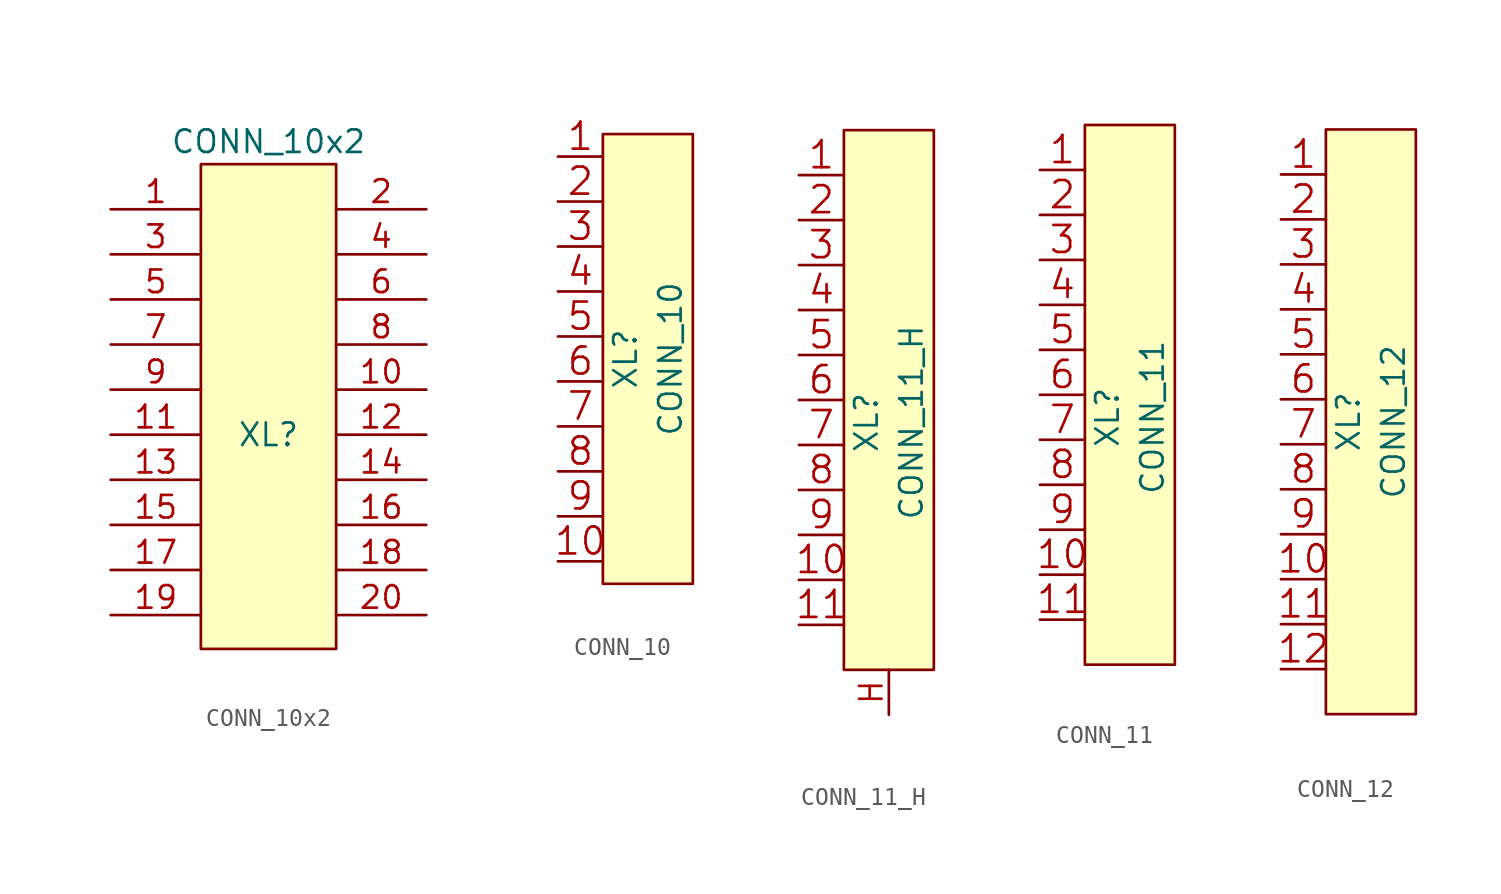
<source format=kicad_sym>
(kicad_symbol_lib
  (version 20201005)
  (generator kicad_symbol_editor)
  (symbol "Connectors_kl:CONN_10x2"
    (pin_names
      (offset 1.016))
    (property "Reference" "XL"
      (at 0 -1.27 0)
      (effects (font (size 1.27 1.27))))
    (property "Value" "CONN_10x2"
      (at 0 15.24 0)
      (effects (font (size 1.27 1.27))))
    (symbol "CONN_10x2_0_0"
      (pin passive line (at 8.89 1.27 180) (length 5.08) (name "~" (effects (font (size 1.27 1.27)))) (number "10" (effects (font (size 1.27 1.27)))))
      (pin passive line (at -8.89 -1.27 0) (length 5.08) (name "~" (effects (font (size 1.27 1.27)))) (number "11" (effects (font (size 1.27 1.27)))))
      (pin passive line (at 8.89 -1.27 180) (length 5.08) (name "~" (effects (font (size 1.27 1.27)))) (number "12" (effects (font (size 1.27 1.27)))))
      (pin passive line (at -8.89 -3.81 0) (length 5.08) (name "~" (effects (font (size 1.27 1.27)))) (number "13" (effects (font (size 1.27 1.27)))))
      (pin passive line (at 8.89 -3.81 180) (length 5.08) (name "~" (effects (font (size 1.27 1.27)))) (number "14" (effects (font (size 1.27 1.27)))))
      (pin passive line (at -8.89 -6.35 0) (length 5.08) (name "~" (effects (font (size 1.27 1.27)))) (number "15" (effects (font (size 1.27 1.27)))))
      (pin passive line (at 8.89 -6.35 180) (length 5.08) (name "~" (effects (font (size 1.27 1.27)))) (number "16" (effects (font (size 1.27 1.27)))))
      (pin passive line (at 8.89 11.43 180) (length 5.08) (name "~" (effects (font (size 1.27 1.27)))) (number "2" (effects (font (size 1.27 1.27)))))
      (pin passive line (at -8.89 8.89 0) (length 5.08) (name "~" (effects (font (size 1.27 1.27)))) (number "3" (effects (font (size 1.27 1.27)))))
      (pin passive line (at 8.89 8.89 180) (length 5.08) (name "~" (effects (font (size 1.27 1.27)))) (number "4" (effects (font (size 1.27 1.27)))))
      (pin passive line (at -8.89 6.35 0) (length 5.08) (name "~" (effects (font (size 1.27 1.27)))) (number "5" (effects (font (size 1.27 1.27)))))
      (pin passive line (at 8.89 6.35 180) (length 5.08) (name "~" (effects (font (size 1.27 1.27)))) (number "6" (effects (font (size 1.27 1.27)))))
      (pin passive line (at -8.89 3.81 0) (length 5.08) (name "~" (effects (font (size 1.27 1.27)))) (number "7" (effects (font (size 1.27 1.27)))))
      (pin passive line (at 8.89 3.81 180) (length 5.08) (name "~" (effects (font (size 1.27 1.27)))) (number "8" (effects (font (size 1.27 1.27)))))
      (pin passive line (at -8.89 1.27 0) (length 5.08) (name "~" (effects (font (size 1.27 1.27)))) (number "9" (effects (font (size 1.27 1.27))))))
    (symbol "CONN_10x2_0_1"
      (rectangle (start -3.81 13.97) (end 3.81 -13.335) (stroke (width 0)) (fill (type background)))
      (pin passive line (at -8.89 -8.89 0) (length 5.08) (name "~" (effects (font (size 1.27 1.27)))) (number "17" (effects (font (size 1.27 1.27)))))
      (pin passive line (at 8.89 -8.89 180) (length 5.08) (name "~" (effects (font (size 1.27 1.27)))) (number "18" (effects (font (size 1.27 1.27)))))
      (pin passive line (at -8.89 -11.43 0) (length 5.08) (name "~" (effects (font (size 1.27 1.27)))) (number "19" (effects (font (size 1.27 1.27)))))
      (pin passive line (at 8.89 -11.43 180) (length 5.08) (name "~" (effects (font (size 1.27 1.27)))) (number "20" (effects (font (size 1.27 1.27))))))
    (symbol "CONN_10x2_1_1"
      (pin passive line (at -8.89 11.43 0) (length 5.08) (name "~" (effects (font (size 1.27 1.27)))) (number "1" (effects (font (size 1.27 1.27)))))))
  (symbol "Connectors_kl:CONN_10"
    (pin_names
      (offset 1.016))
    (property "Reference" "XL"
      (at -1.27 0 90)
      (effects (font (size 1.27 1.27))))
    (property "Value" "CONN_10"
      (at 1.27 0 90)
      (effects (font (size 1.27 1.27))))
    (property "Footprint" ""
      (at 0 0 0)
      (effects (font (size 1.524 1.524))))
    (property "Datasheet" ""
      (at 0 0 0)
      (effects (font (size 1.524 1.524))))
    (symbol "CONN_10_0_1"
      (rectangle (start -2.54 -12.7) (end 2.54 12.7) (stroke (width 0)) (fill (type background))))
    (symbol "CONN_10_1_1"
      (pin passive line (at -5.08 11.43 0) (length 2.54) (name "~" (effects (font (size 1.524 1.524)))) (number "1" (effects (font (size 1.524 1.524)))))
      (pin passive line (at -5.08 -11.43 0) (length 2.54) (name "~" (effects (font (size 1.524 1.524)))) (number "10" (effects (font (size 1.524 1.524)))))
      (pin passive line (at -5.08 8.89 0) (length 2.54) (name "~" (effects (font (size 1.524 1.524)))) (number "2" (effects (font (size 1.524 1.524)))))
      (pin passive line (at -5.08 6.35 0) (length 2.54) (name "~" (effects (font (size 1.524 1.524)))) (number "3" (effects (font (size 1.524 1.524)))))
      (pin passive line (at -5.08 3.81 0) (length 2.54) (name "~" (effects (font (size 1.524 1.524)))) (number "4" (effects (font (size 1.524 1.524)))))
      (pin passive line (at -5.08 1.27 0) (length 2.54) (name "~" (effects (font (size 1.524 1.524)))) (number "5" (effects (font (size 1.524 1.524)))))
      (pin passive line (at -5.08 -1.27 0) (length 2.54) (name "~" (effects (font (size 1.524 1.524)))) (number "6" (effects (font (size 1.524 1.524)))))
      (pin passive line (at -5.08 -3.81 0) (length 2.54) (name "~" (effects (font (size 1.524 1.524)))) (number "7" (effects (font (size 1.524 1.524)))))
      (pin passive line (at -5.08 -6.35 0) (length 2.54) (name "~" (effects (font (size 1.524 1.524)))) (number "8" (effects (font (size 1.524 1.524)))))
      (pin passive line (at -5.08 -8.89 0) (length 2.54) (name "~" (effects (font (size 1.524 1.524)))) (number "9" (effects (font (size 1.524 1.524)))))))
  (symbol "Connectors_kl:CONN_11_H"
    (pin_names
      (offset 1.016))
    (property "Reference" "XL"
      (at -1.27 -1.27 90)
      (effects (font (size 1.27 1.27))))
    (property "Value" "CONN_11_H"
      (at 1.27 -1.27 90)
      (effects (font (size 1.27 1.27))))
    (property "Footprint" ""
      (at 0 -1.27 0)
      (effects (font (size 1.524 1.524))))
    (property "Datasheet" ""
      (at 0 -1.27 0)
      (effects (font (size 1.524 1.524))))
    (symbol "CONN_11_H_0_1"
      (rectangle (start -2.54 15.24) (end 2.54 -15.24) (stroke (width 0)) (fill (type background))))
    (symbol "CONN_11_H_1_1"
      (pin passive line (at -5.08 12.7 0) (length 2.54) (name "~" (effects (font (size 1.524 1.524)))) (number "1" (effects (font (size 1.524 1.524)))))
      (pin passive line (at -5.08 -10.16 0) (length 2.54) (name "~" (effects (font (size 1.524 1.524)))) (number "10" (effects (font (size 1.524 1.524)))))
      (pin passive line (at -5.08 -12.7 0) (length 2.54) (name "~" (effects (font (size 1.524 1.524)))) (number "11" (effects (font (size 1.524 1.524)))))
      (pin passive line (at -5.08 10.16 0) (length 2.54) (name "~" (effects (font (size 1.524 1.524)))) (number "2" (effects (font (size 1.524 1.524)))))
      (pin passive line (at -5.08 7.62 0) (length 2.54) (name "~" (effects (font (size 1.524 1.524)))) (number "3" (effects (font (size 1.524 1.524)))))
      (pin passive line (at -5.08 5.08 0) (length 2.54) (name "~" (effects (font (size 1.524 1.524)))) (number "4" (effects (font (size 1.524 1.524)))))
      (pin passive line (at -5.08 2.54 0) (length 2.54) (name "~" (effects (font (size 1.524 1.524)))) (number "5" (effects (font (size 1.524 1.524)))))
      (pin passive line (at -5.08 0 0) (length 2.54) (name "~" (effects (font (size 1.524 1.524)))) (number "6" (effects (font (size 1.524 1.524)))))
      (pin passive line (at -5.08 -2.54 0) (length 2.54) (name "~" (effects (font (size 1.524 1.524)))) (number "7" (effects (font (size 1.524 1.524)))))
      (pin passive line (at -5.08 -5.08 0) (length 2.54) (name "~" (effects (font (size 1.524 1.524)))) (number "8" (effects (font (size 1.524 1.524)))))
      (pin passive line (at -5.08 -7.62 0) (length 2.54) (name "~" (effects (font (size 1.524 1.524)))) (number "9" (effects (font (size 1.524 1.524)))))
      (pin passive line (at 0 -17.78 90) (length 2.54) (name "~" (effects (font (size 1.27 1.27)))) (number "H" (effects (font (size 1.27 1.27)))))))
  (symbol "Connectors_kl:CONN_11"
    (pin_names
      (offset 1.016))
    (property "Reference" "XL"
      (at -1.27 -1.27 90)
      (effects (font (size 1.27 1.27))))
    (property "Value" "CONN_11"
      (at 1.27 -1.27 90)
      (effects (font (size 1.27 1.27))))
    (property "Footprint" ""
      (at 0 -1.27 0)
      (effects (font (size 1.524 1.524))))
    (property "Datasheet" ""
      (at 0 -1.27 0)
      (effects (font (size 1.524 1.524))))
    (symbol "CONN_11_0_1"
      (rectangle (start -2.54 15.24) (end 2.54 -15.24) (stroke (width 0)) (fill (type background))))
    (symbol "CONN_11_1_1"
      (pin passive line (at -5.08 12.7 0) (length 2.54) (name "~" (effects (font (size 1.524 1.524)))) (number "1" (effects (font (size 1.524 1.524)))))
      (pin passive line (at -5.08 -10.16 0) (length 2.54) (name "~" (effects (font (size 1.524 1.524)))) (number "10" (effects (font (size 1.524 1.524)))))
      (pin passive line (at -5.08 -12.7 0) (length 2.54) (name "~" (effects (font (size 1.524 1.524)))) (number "11" (effects (font (size 1.524 1.524)))))
      (pin passive line (at -5.08 10.16 0) (length 2.54) (name "~" (effects (font (size 1.524 1.524)))) (number "2" (effects (font (size 1.524 1.524)))))
      (pin passive line (at -5.08 7.62 0) (length 2.54) (name "~" (effects (font (size 1.524 1.524)))) (number "3" (effects (font (size 1.524 1.524)))))
      (pin passive line (at -5.08 5.08 0) (length 2.54) (name "~" (effects (font (size 1.524 1.524)))) (number "4" (effects (font (size 1.524 1.524)))))
      (pin passive line (at -5.08 2.54 0) (length 2.54) (name "~" (effects (font (size 1.524 1.524)))) (number "5" (effects (font (size 1.524 1.524)))))
      (pin passive line (at -5.08 0 0) (length 2.54) (name "~" (effects (font (size 1.524 1.524)))) (number "6" (effects (font (size 1.524 1.524)))))
      (pin passive line (at -5.08 -2.54 0) (length 2.54) (name "~" (effects (font (size 1.524 1.524)))) (number "7" (effects (font (size 1.524 1.524)))))
      (pin passive line (at -5.08 -5.08 0) (length 2.54) (name "~" (effects (font (size 1.524 1.524)))) (number "8" (effects (font (size 1.524 1.524)))))
      (pin passive line (at -5.08 -7.62 0) (length 2.54) (name "~" (effects (font (size 1.524 1.524)))) (number "9" (effects (font (size 1.524 1.524)))))))
  (symbol "Connectors_kl:CONN_12"
    (pin_names
      (offset 1.016))
    (property "Reference" "XL"
      (at -1.27 0 90)
      (effects (font (size 1.27 1.27))))
    (property "Value" "CONN_12"
      (at 1.27 0 90)
      (effects (font (size 1.27 1.27))))
    (property "Footprint" ""
      (at 0 0 0)
      (effects (font (size 1.524 1.524))))
    (property "Datasheet" ""
      (at 0 0 0)
      (effects (font (size 1.524 1.524))))
    (symbol "CONN_12_0_1"
      (rectangle (start -2.54 16.51) (end 2.54 -16.51) (stroke (width 0)) (fill (type background))))
    (symbol "CONN_12_1_1"
      (pin passive line (at -5.08 13.97 0) (length 2.54) (name "~" (effects (font (size 1.524 1.524)))) (number "1" (effects (font (size 1.524 1.524)))))
      (pin passive line (at -5.08 -8.89 0) (length 2.54) (name "~" (effects (font (size 1.524 1.524)))) (number "10" (effects (font (size 1.524 1.524)))))
      (pin passive line (at -5.08 -11.43 0) (length 2.54) (name "~" (effects (font (size 1.524 1.524)))) (number "11" (effects (font (size 1.524 1.524)))))
      (pin passive line (at -5.08 -13.97 0) (length 2.54) (name "~" (effects (font (size 1.524 1.524)))) (number "12" (effects (font (size 1.524 1.524)))))
      (pin passive line (at -5.08 11.43 0) (length 2.54) (name "~" (effects (font (size 1.524 1.524)))) (number "2" (effects (font (size 1.524 1.524)))))
      (pin passive line (at -5.08 8.89 0) (length 2.54) (name "~" (effects (font (size 1.524 1.524)))) (number "3" (effects (font (size 1.524 1.524)))))
      (pin passive line (at -5.08 6.35 0) (length 2.54) (name "~" (effects (font (size 1.524 1.524)))) (number "4" (effects (font (size 1.524 1.524)))))
      (pin passive line (at -5.08 3.81 0) (length 2.54) (name "~" (effects (font (size 1.524 1.524)))) (number "5" (effects (font (size 1.524 1.524)))))
      (pin passive line (at -5.08 1.27 0) (length 2.54) (name "~" (effects (font (size 1.524 1.524)))) (number "6" (effects (font (size 1.524 1.524)))))
      (pin passive line (at -5.08 -1.27 0) (length 2.54) (name "~" (effects (font (size 1.524 1.524)))) (number "7" (effects (font (size 1.524 1.524)))))
      (pin passive line (at -5.08 -3.81 0) (length 2.54) (name "~" (effects (font (size 1.524 1.524)))) (number "8" (effects (font (size 1.524 1.524)))))
      (pin passive line (at -5.08 -6.35 0) (length 2.54) (name "~" (effects (font (size 1.524 1.524)))) (number "9" (effects (font (size 1.524 1.524))))))))
</source>
